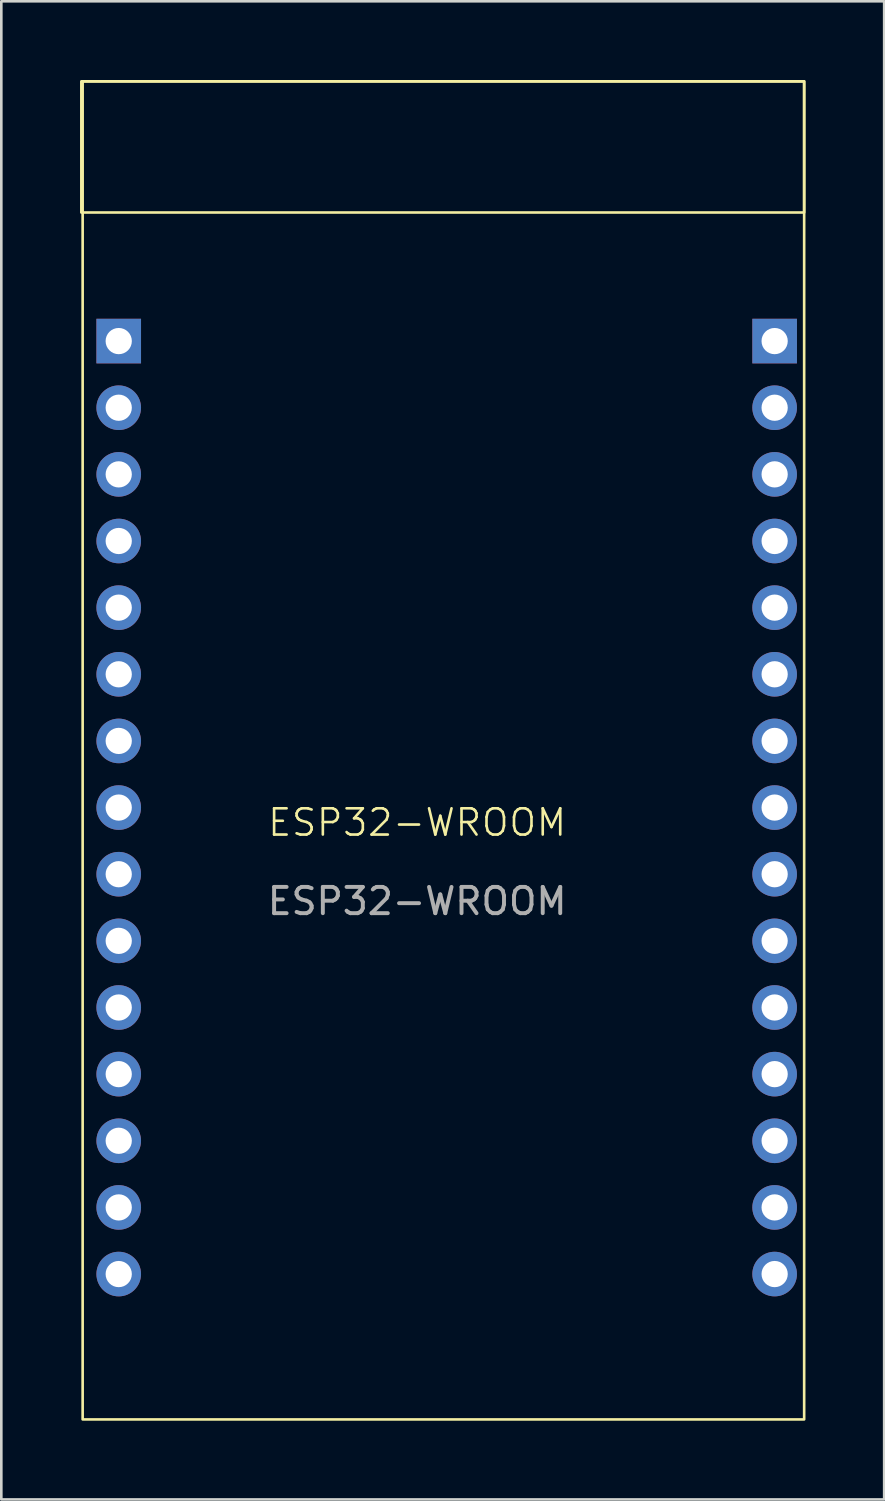
<source format=kicad_pcb>
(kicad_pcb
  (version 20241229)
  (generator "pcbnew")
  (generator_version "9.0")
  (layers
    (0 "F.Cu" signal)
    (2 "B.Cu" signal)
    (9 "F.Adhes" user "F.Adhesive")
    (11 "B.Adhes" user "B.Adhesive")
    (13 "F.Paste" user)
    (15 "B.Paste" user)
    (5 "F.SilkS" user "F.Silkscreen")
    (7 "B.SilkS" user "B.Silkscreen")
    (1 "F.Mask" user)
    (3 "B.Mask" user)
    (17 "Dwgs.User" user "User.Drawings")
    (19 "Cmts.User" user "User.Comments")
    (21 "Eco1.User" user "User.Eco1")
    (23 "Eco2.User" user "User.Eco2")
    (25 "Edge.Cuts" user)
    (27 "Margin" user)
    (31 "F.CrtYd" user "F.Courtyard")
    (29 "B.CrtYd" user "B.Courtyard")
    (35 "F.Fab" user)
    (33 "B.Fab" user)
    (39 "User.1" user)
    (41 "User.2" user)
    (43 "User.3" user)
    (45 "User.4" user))
  (footprint "ESP32-WROOM"
    (layer "F.Cu")
    (at 12.85 28.8)
    (property "Reference" "ESP32-WROOM" (at 0 -0.5 0) (unlocked yes) (layer "F.SilkS") (effects (font (size 1 1) (thickness 0.1))))
    (attr smd)
    (fp_rect (start -12.8 -28.75) (end 14.75 -23.75) (stroke (width 0.1) (type default)) (fill no) (layer "F.SilkS"))
    (fp_rect (start -12.75 -28.75) (end 14.75 22.25) (stroke (width 0.1) (type default)) (fill no) (layer "F.SilkS"))
    (fp_text user "${REFERENCE}" (at 0 2.5 0) (unlocked yes) (layer "F.Fab") (effects (font (size 1 1) (thickness 0.15))))
    (pad "1" thru_hole rect (at -11.375 -18.85) (size 1.7 1.7) (drill 1) (layers "*.Cu" "*.Mask"))
    (pad "2" thru_hole oval (at -11.375 -16.31) (size 1.7 1.7) (drill 1) (layers "*.Cu" "*.Mask"))
    (pad "3" thru_hole oval (at -11.375 -13.77) (size 1.7 1.7) (drill 1) (layers "*.Cu" "*.Mask"))
    (pad "4" thru_hole oval (at -11.375 -11.23) (size 1.7 1.7) (drill 1) (layers "*.Cu" "*.Mask"))
    (pad "5" thru_hole oval (at -11.375 -8.69) (size 1.7 1.7) (drill 1) (layers "*.Cu" "*.Mask"))
    (pad "6" thru_hole oval (at -11.375 -6.15) (size 1.7 1.7) (drill 1) (layers "*.Cu" "*.Mask"))
    (pad "7" thru_hole oval (at -11.375 -3.61) (size 1.7 1.7) (drill 1) (layers "*.Cu" "*.Mask"))
    (pad "8" thru_hole oval (at -11.375 -1.07) (size 1.7 1.7) (drill 1) (layers "*.Cu" "*.Mask"))
    (pad "9" thru_hole oval (at -11.375 1.47) (size 1.7 1.7) (drill 1) (layers "*.Cu" "*.Mask"))
    (pad "10" thru_hole oval (at -11.375 4.01) (size 1.7 1.7) (drill 1) (layers "*.Cu" "*.Mask"))
    (pad "11" thru_hole oval (at -11.375 6.55) (size 1.7 1.7) (drill 1) (layers "*.Cu" "*.Mask"))
    (pad "12" thru_hole oval (at -11.375 9.09) (size 1.7 1.7) (drill 1) (layers "*.Cu" "*.Mask"))
    (pad "13" thru_hole oval (at -11.375 11.63) (size 1.7 1.7) (drill 1) (layers "*.Cu" "*.Mask"))
    (pad "14" thru_hole oval (at -11.375 14.17) (size 1.7 1.7) (drill 1) (layers "*.Cu" "*.Mask"))
    (pad "15" thru_hole oval (at -11.375 16.71) (size 1.7 1.7) (drill 1) (layers "*.Cu" "*.Mask"))
    (pad "16" thru_hole rect (at 13.625 -18.85) (size 1.7 1.7) (drill 1) (layers "*.Cu" "*.Mask"))
    (pad "17" thru_hole oval (at 13.625 -16.31) (size 1.7 1.7) (drill 1) (layers "*.Cu" "*.Mask"))
    (pad "18" thru_hole oval (at 13.625 -13.77) (size 1.7 1.7) (drill 1) (layers "*.Cu" "*.Mask"))
    (pad "19" thru_hole oval (at 13.625 -11.23) (size 1.7 1.7) (drill 1) (layers "*.Cu" "*.Mask"))
    (pad "20" thru_hole oval (at 13.625 -8.69) (size 1.7 1.7) (drill 1) (layers "*.Cu" "*.Mask"))
    (pad "21" thru_hole oval (at 13.625 -6.15) (size 1.7 1.7) (drill 1) (layers "*.Cu" "*.Mask"))
    (pad "22" thru_hole oval (at 13.625 -3.61) (size 1.7 1.7) (drill 1) (layers "*.Cu" "*.Mask"))
    (pad "23" thru_hole oval (at 13.625 -1.07) (size 1.7 1.7) (drill 1) (layers "*.Cu" "*.Mask"))
    (pad "24" thru_hole oval (at 13.625 1.47) (size 1.7 1.7) (drill 1) (layers "*.Cu" "*.Mask"))
    (pad "25" thru_hole oval (at 13.625 4.01) (size 1.7 1.7) (drill 1) (layers "*.Cu" "*.Mask"))
    (pad "26" thru_hole oval (at 13.625 6.55) (size 1.7 1.7) (drill 1) (layers "*.Cu" "*.Mask"))
    (pad "27" thru_hole oval (at 13.625 9.09) (size 1.7 1.7) (drill 1) (layers "*.Cu" "*.Mask"))
    (pad "28" thru_hole oval (at 13.625 11.63) (size 1.7 1.7) (drill 1) (layers "*.Cu" "*.Mask"))
    (pad "29" thru_hole oval (at 13.625 14.17) (size 1.7 1.7) (drill 1) (layers "*.Cu" "*.Mask"))
    (pad "30" thru_hole oval (at 13.625 16.71) (size 1.7 1.7) (drill 1) (layers "*.Cu" "*.Mask")))
  (gr_rect
    (start -3 -3)
    (end 30.65 54.1)
    (stroke (width 0.1) (type default))
    (fill no)
    (layer "Edge.Cuts")))
</source>
